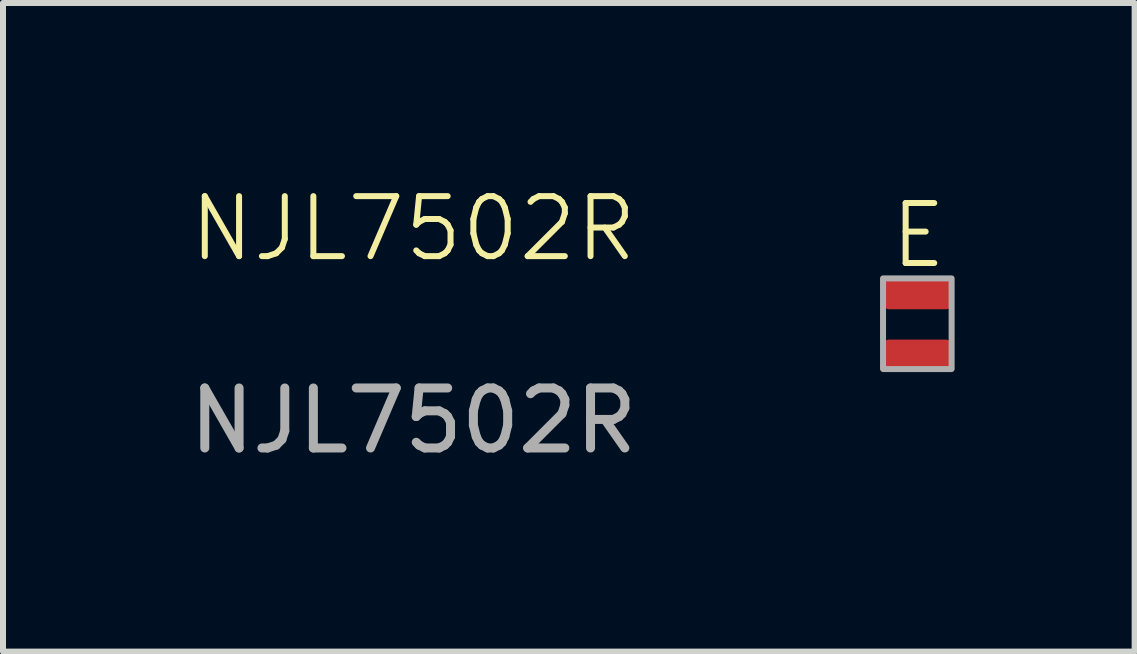
<source format=kicad_pcb>
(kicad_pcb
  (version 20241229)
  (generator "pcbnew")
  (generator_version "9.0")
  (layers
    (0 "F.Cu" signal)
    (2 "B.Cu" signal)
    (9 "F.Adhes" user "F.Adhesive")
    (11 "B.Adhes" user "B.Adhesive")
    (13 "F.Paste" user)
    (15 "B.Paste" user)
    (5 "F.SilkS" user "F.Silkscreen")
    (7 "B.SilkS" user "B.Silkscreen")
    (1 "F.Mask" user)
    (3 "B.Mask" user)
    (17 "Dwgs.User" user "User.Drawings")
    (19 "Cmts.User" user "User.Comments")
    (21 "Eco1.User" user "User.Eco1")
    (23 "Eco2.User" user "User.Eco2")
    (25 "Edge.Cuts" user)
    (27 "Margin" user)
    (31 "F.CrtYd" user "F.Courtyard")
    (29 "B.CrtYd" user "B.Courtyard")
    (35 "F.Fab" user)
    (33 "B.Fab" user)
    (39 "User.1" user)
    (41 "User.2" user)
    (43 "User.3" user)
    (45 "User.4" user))
  (footprint "NJL7502R"
    (layer "F.Cu")
    (at 12.239 2.361)
    (property "Reference" "NJL7502R" (at -8.4 -1.6 0) (unlocked yes) (layer "F.SilkS") (effects (font (size 1 1) (thickness 0.1))))
    (attr smd)
    (fp_poly (pts (xy 0.57 -0.771) (xy 0.57 0.738) (xy 0.568 0.74) (xy -0.57 0.74) (xy -0.573 0.737) (xy -0.573 -0.771)) (stroke (width 0.1) (type solid)) (fill no) (layer "F.Fab"))
    (fp_text user "E" (at -0.5 -0.9 0) (unlocked yes) (layer "F.SilkS") (effects (font (size 1 1) (thickness 0.1)) (justify left bottom)))
    (fp_text user "${REFERENCE}" (at -8.4 1.6 0) (unlocked yes) (layer "F.Fab") (effects (font (size 1 1) (thickness 0.15))))
    (pad "1" smd roundrect (at 0 0.479) (size 1.1 0.461) (layers "F.Cu" "F.Mask" "F.Paste") (roundrect_rratio 0.15))
    (pad "2" smd roundrect (at 0 -0.498) (size 1.1 0.483) (layers "F.Cu" "F.Mask" "F.Paste") (roundrect_rratio 0.15)))
  (gr_rect
    (start -3 -3)
    (end 15.859 7.809)
    (stroke (width 0.1) (type default))
    (fill no)
    (layer "Edge.Cuts")))
</source>
